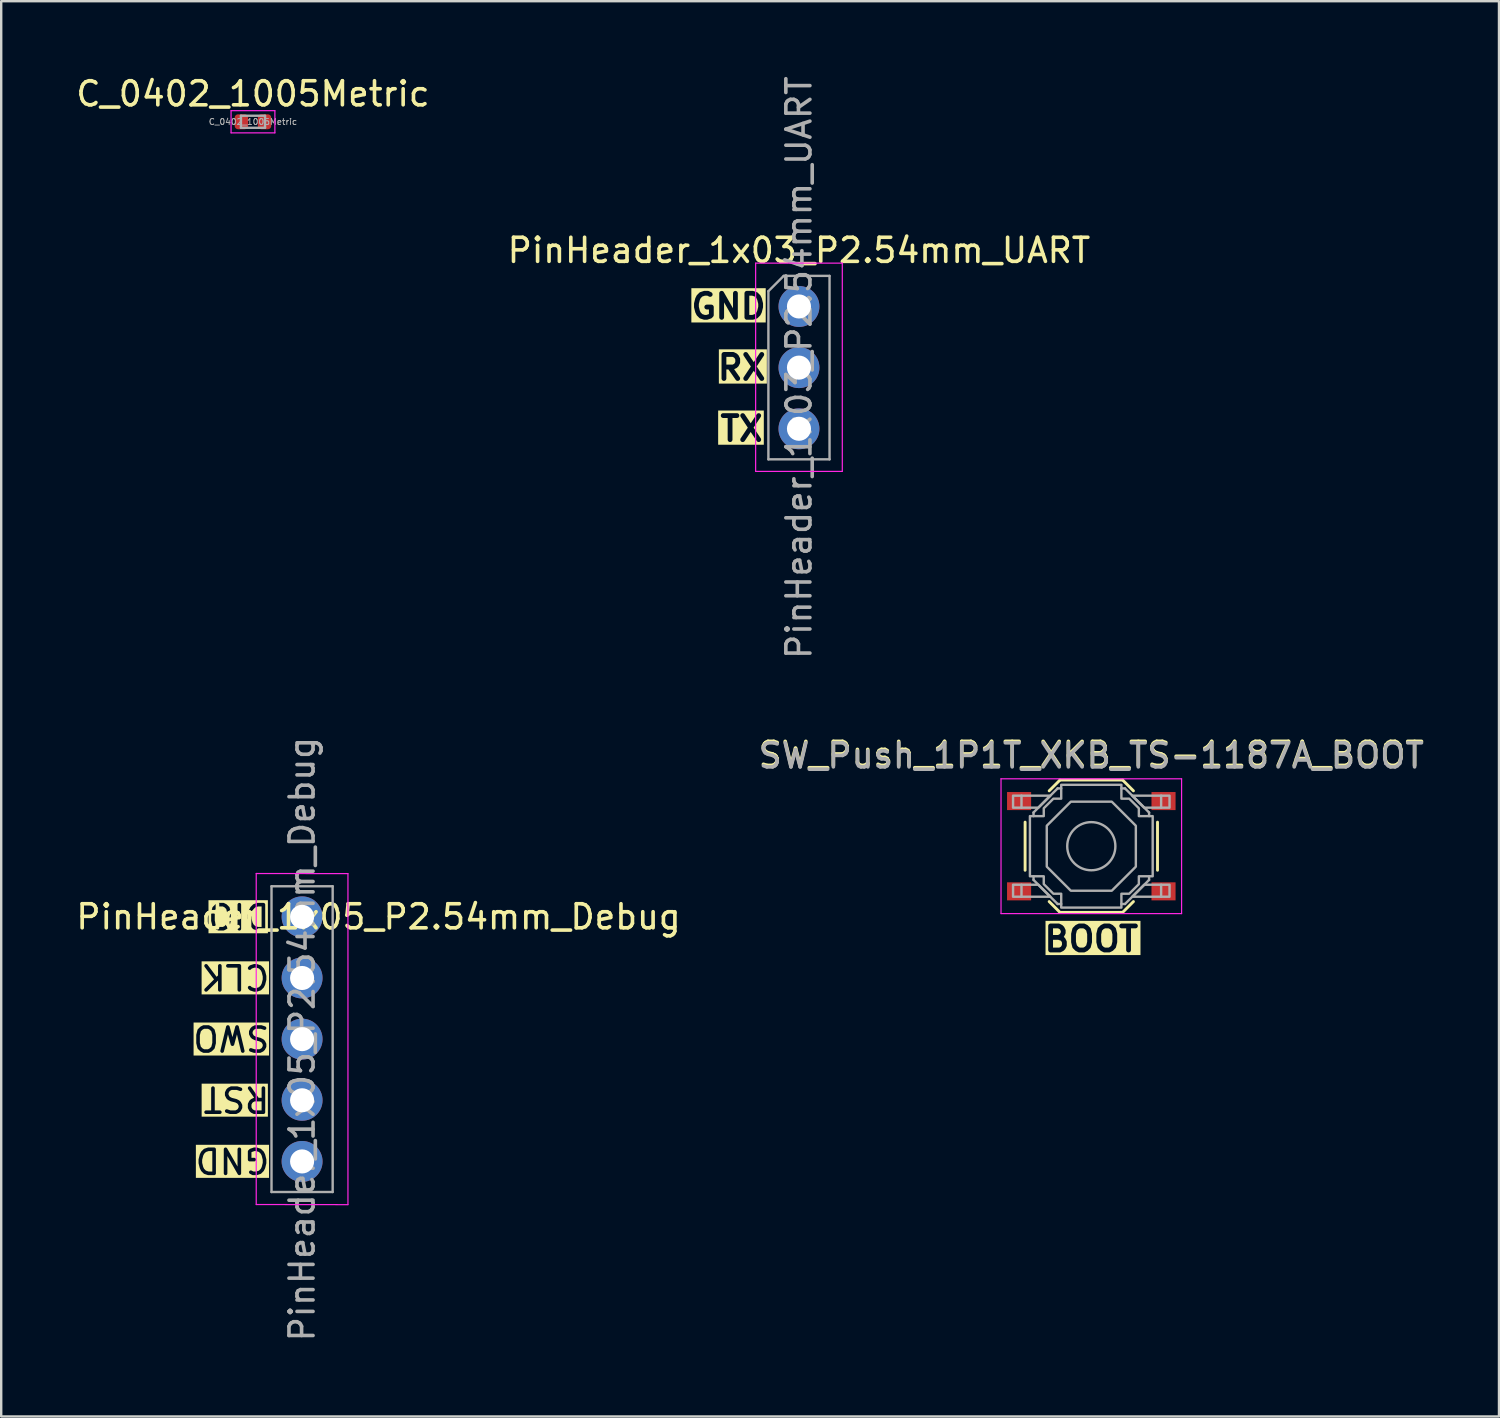
<source format=kicad_pcb>
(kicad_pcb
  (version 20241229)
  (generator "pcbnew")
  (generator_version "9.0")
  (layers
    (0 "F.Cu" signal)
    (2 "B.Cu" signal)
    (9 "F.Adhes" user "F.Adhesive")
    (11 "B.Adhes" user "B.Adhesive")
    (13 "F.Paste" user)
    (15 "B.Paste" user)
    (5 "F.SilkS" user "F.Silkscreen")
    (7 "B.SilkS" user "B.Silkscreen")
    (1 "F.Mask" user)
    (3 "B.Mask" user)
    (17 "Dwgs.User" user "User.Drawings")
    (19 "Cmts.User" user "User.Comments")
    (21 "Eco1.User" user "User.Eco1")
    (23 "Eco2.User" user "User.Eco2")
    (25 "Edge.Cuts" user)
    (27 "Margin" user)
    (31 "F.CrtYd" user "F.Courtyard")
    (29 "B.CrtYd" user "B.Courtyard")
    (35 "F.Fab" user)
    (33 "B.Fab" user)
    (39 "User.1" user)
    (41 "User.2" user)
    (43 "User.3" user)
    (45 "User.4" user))
  (footprint "PinHeader_1x05_P2.54mm_Debug"
    (layer "F.Cu")
    (at 9.498 35.033)
    (property "Reference" "PinHeader_1x05_P2.54mm_Debug" (at 3.175 0 0) (layer "F.SilkS") (effects (font (size 1 1) (thickness 0.15))))
    (attr through_hole)
    (fp_line (start -1.905 -1.8) (end -1.905 11.95) (stroke (width 0.05) (type solid)) (layer "F.CrtYd"))
    (fp_line (start -1.905 11.95) (end 1.905 11.955) (stroke (width 0.05) (type solid)) (layer "F.CrtYd"))
    (fp_line (start 1.905 -1.795) (end -1.905 -1.8) (stroke (width 0.05) (type solid)) (layer "F.CrtYd"))
    (fp_line (start 1.905 11.955) (end 1.905 -1.795) (stroke (width 0.05) (type solid)) (layer "F.CrtYd"))
    (fp_line (start -1.27 -1.27) (end 1.27 -1.27) (stroke (width 0.1) (type solid)) (layer "F.Fab"))
    (fp_line (start -1.27 11.43) (end -1.27 -1.27) (stroke (width 0.1) (type solid)) (layer "F.Fab"))
    (fp_line (start 1.27 -1.27) (end 1.27 11.43) (stroke (width 0.1) (type solid)) (layer "F.Fab"))
    (fp_line (start 1.27 11.43) (end -1.27 11.43) (stroke (width 0.1) (type solid)) (layer "F.Fab"))
    (fp_text user "SWO" (at -1.27 4.445 180) (unlocked yes) (layer "F.SilkS" knockout) (effects (font (size 1 1) (thickness 0.15)) (justify left bottom)))
    (fp_text user "RST" (at -1.27 6.985 180) (unlocked yes) (layer "F.SilkS" knockout) (effects (font (size 1 1) (thickness 0.15)) (justify left bottom)))
    (fp_text user "GND" (at -1.27 9.525 180) (unlocked yes) (layer "F.SilkS" knockout) (effects (font (size 1 1) (thickness 0.15)) (justify left bottom)))
    (fp_text user "CLK" (at -1.27 1.905 180) (unlocked yes) (layer "F.SilkS" knockout) (effects (font (size 1 1) (thickness 0.15)) (justify left bottom)))
    (fp_text user "DIO" (at -1.27 -0.635 180) (unlocked yes) (layer "F.SilkS" knockout) (effects (font (size 1 1) (thickness 0.15)) (justify left bottom)))
    (fp_text user "${REFERENCE}" (at 0 5.08 90) (layer "F.Fab") (effects (font (size 1 1) (thickness 0.15))))
    (pad "1" thru_hole circle (at 0 0) (size 1.7 1.7) (drill 1) (layers "*.Cu" "*.Mask"))
    (pad "2" thru_hole oval (at 0 2.54) (size 1.7 1.7) (drill 1) (layers "*.Cu" "*.Mask"))
    (pad "3" thru_hole oval (at 0 5.08) (size 1.7 1.7) (drill 1) (layers "*.Cu" "*.Mask"))
    (pad "4" thru_hole oval (at 0 7.62) (size 1.7 1.7) (drill 1) (layers "*.Cu" "*.Mask"))
    (pad "5" thru_hole oval (at 0 10.16) (size 1.7 1.7) (drill 1) (layers "*.Cu" "*.Mask")))
  (footprint "PinHeader_1x03_P2.54mm_UART"
    (layer "F.Cu")
    (at 30.137 9.68)
    (property "Reference" "PinHeader_1x03_P2.54mm_UART" (at 0 -2.33 0) (layer "F.SilkS") (effects (font (size 1 1) (thickness 0.15))))
    (attr through_hole)
    (fp_line (start -1.8 -1.8) (end -1.8 6.85) (stroke (width 0.05) (type solid)) (layer "F.CrtYd"))
    (fp_line (start -1.8 6.85) (end 1.8 6.85) (stroke (width 0.05) (type solid)) (layer "F.CrtYd"))
    (fp_line (start 1.8 -1.8) (end -1.8 -1.8) (stroke (width 0.05) (type solid)) (layer "F.CrtYd"))
    (fp_line (start 1.8 6.85) (end 1.8 -1.8) (stroke (width 0.05) (type solid)) (layer "F.CrtYd"))
    (fp_line (start -1.27 -0.635) (end -0.635 -1.27) (stroke (width 0.1) (type solid)) (layer "F.Fab"))
    (fp_line (start -1.27 6.35) (end -1.27 -0.635) (stroke (width 0.1) (type solid)) (layer "F.Fab"))
    (fp_line (start -0.635 -1.27) (end 1.27 -1.27) (stroke (width 0.1) (type solid)) (layer "F.Fab"))
    (fp_line (start 1.27 -1.27) (end 1.27 6.35) (stroke (width 0.1) (type solid)) (layer "F.Fab"))
    (fp_line (start 1.27 6.35) (end -1.27 6.35) (stroke (width 0.1) (type solid)) (layer "F.Fab"))
    (fp_text user "TX " (at -0.635 5.08 0) (layer "F.SilkS" knockout) (effects (font (size 1 1) (thickness 0.2) (bold yes)) (justify right)))
    (fp_text user "RX" (at -1.27 2.54 0) (layer "F.SilkS" knockout) (effects (font (size 1 1) (thickness 0.2) (bold yes)) (justify right)))
    (fp_text user "GND" (at -1.27 0 0) (unlocked yes) (layer "F.SilkS" knockout) (effects (font (size 1 1) (thickness 0.2) (bold yes)) (justify right)))
    (fp_text user "${REFERENCE}" (at 0 2.54 90) (layer "F.Fab") (effects (font (size 1 1) (thickness 0.15))))
    (pad "1" thru_hole circle (at 0 0) (size 1.7 1.7) (drill 1) (layers "*.Cu" "*.Mask"))
    (pad "2" thru_hole oval (at 0 2.54) (size 1.7 1.7) (drill 1) (layers "*.Cu" "*.Mask"))
    (pad "3" thru_hole oval (at 0 5.08) (size 1.7 1.7) (drill 1) (layers "*.Cu" "*.Mask")))
  (footprint "C_0402_1005Metric"
    (layer "F.Cu")
    (at 7.458 2.008)
    (property "Reference" "C_0402_1005Metric" (at 0 -1.16 0) (layer "F.SilkS") (effects (font (size 1 1) (thickness 0.15))))
    (attr smd)
    (fp_line (start -0.91 -0.46) (end 0.91 -0.46) (stroke (width 0.05) (type solid)) (layer "F.CrtYd"))
    (fp_line (start -0.91 0.46) (end -0.91 -0.46) (stroke (width 0.05) (type solid)) (layer "F.CrtYd"))
    (fp_line (start 0.91 -0.46) (end 0.91 0.46) (stroke (width 0.05) (type solid)) (layer "F.CrtYd"))
    (fp_line (start 0.91 0.46) (end -0.91 0.46) (stroke (width 0.05) (type solid)) (layer "F.CrtYd"))
    (fp_line (start -0.5 -0.25) (end 0.5 -0.25) (stroke (width 0.1) (type solid)) (layer "F.Fab"))
    (fp_line (start -0.5 0.25) (end -0.5 -0.25) (stroke (width 0.1) (type solid)) (layer "F.Fab"))
    (fp_line (start 0.5 -0.25) (end 0.5 0.25) (stroke (width 0.1) (type solid)) (layer "F.Fab"))
    (fp_line (start 0.5 0.25) (end -0.5 0.25) (stroke (width 0.1) (type solid)) (layer "F.Fab"))
    (fp_text user "${REFERENCE}" (at 0 0 0) (layer "F.Fab") (effects (font (size 0.25 0.25) (thickness 0.04))))
    (pad "1" smd roundrect (at -0.48 0) (size 0.56 0.62) (layers "F.Cu" "F.Mask" "F.Paste") (roundrect_rratio 0.25))
    (pad "2" smd roundrect (at 0.48 0) (size 0.56 0.62) (layers "F.Cu" "F.Mask" "F.Paste") (roundrect_rratio 0.25)))
  (footprint "SW_Push_1P1T_XKB_TS-1187A_BOOT"
    (layer "F.Cu")
    (at 42.28 32.099)
    (property "Reference" "SW_Push_1P1T_XKB_TS-1187A_BOOT" (at 0 -3.81 0) (layer "F.SilkS") (effects (font (size 1 1) (thickness 0.15))))
    (attr smd)
    (fp_line (start -2.75 -1) (end -2.75 1) (stroke (width 0.12) (type solid)) (layer "F.SilkS"))
    (fp_line (start -1.75 -2.3) (end -1.3 -2.75) (stroke (width 0.12) (type solid)) (layer "F.SilkS"))
    (fp_line (start -1.75 2.3) (end -1.3 2.75) (stroke (width 0.12) (type solid)) (layer "F.SilkS"))
    (fp_line (start -1.3 -2.75) (end 1.3 -2.75) (stroke (width 0.12) (type solid)) (layer "F.SilkS"))
    (fp_line (start -1.3 2.75) (end 1.3 2.75) (stroke (width 0.12) (type solid)) (layer "F.SilkS"))
    (fp_line (start 1.75 -2.3) (end 1.3 -2.75) (stroke (width 0.12) (type solid)) (layer "F.SilkS"))
    (fp_line (start 1.75 2.3) (end 1.3 2.75) (stroke (width 0.12) (type solid)) (layer "F.SilkS"))
    (fp_line (start 2.75 -1) (end 2.75 1) (stroke (width 0.12) (type solid)) (layer "F.SilkS"))
    (fp_line (start -3.75 -2.8) (end 3.75 -2.8) (stroke (width 0.05) (type solid)) (layer "F.CrtYd"))
    (fp_line (start -3.75 2.8) (end -3.75 -2.8) (stroke (width 0.05) (type solid)) (layer "F.CrtYd"))
    (fp_line (start 3.75 -2.8) (end 3.75 2.8) (stroke (width 0.05) (type solid)) (layer "F.CrtYd"))
    (fp_line (start 3.75 2.8) (end -3.75 2.8) (stroke (width 0.05) (type solid)) (layer "F.CrtYd"))
    (fp_line (start -2.9 -2.1) (end -2.9 -1.6) (stroke (width 0.1) (type solid)) (layer "F.Fab"))
    (fp_line (start -2.9 2.1) (end -2.9 1.6) (stroke (width 0.1) (type solid)) (layer "F.Fab"))
    (fp_line (start -2.4 -1.4) (end -1.4 -2.4) (stroke (width 0.1) (type solid)) (layer "F.Fab"))
    (fp_line (start -2.4 -1.25) (end -2.4 -1.4) (stroke (width 0.1) (type solid)) (layer "F.Fab"))
    (fp_line (start -2.4 1.4) (end -2.4 1.25) (stroke (width 0.1) (type solid)) (layer "F.Fab"))
    (fp_line (start -1.4 -2.4) (end -1.25 -2.4) (stroke (width 0.1) (type solid)) (layer "F.Fab"))
    (fp_line (start -1.4 2.4) (end -2.4 1.4) (stroke (width 0.1) (type solid)) (layer "F.Fab"))
    (fp_line (start -1.25 2.4) (end -1.4 2.4) (stroke (width 0.1) (type solid)) (layer "F.Fab"))
    (fp_line (start 1.25 -2.4) (end 1.4 -2.4) (stroke (width 0.1) (type solid)) (layer "F.Fab"))
    (fp_line (start 1.4 -2.4) (end 2.4 -1.4) (stroke (width 0.1) (type solid)) (layer "F.Fab"))
    (fp_line (start 1.4 2.4) (end 1.25 2.4) (stroke (width 0.1) (type solid)) (layer "F.Fab"))
    (fp_line (start 2.4 -1.4) (end 2.4 -1.25) (stroke (width 0.1) (type solid)) (layer "F.Fab"))
    (fp_line (start 2.4 1.25) (end 2.4 1.4) (stroke (width 0.1) (type solid)) (layer "F.Fab"))
    (fp_line (start 2.4 1.4) (end 1.4 2.4) (stroke (width 0.1) (type solid)) (layer "F.Fab"))
    (fp_line (start 2.9 -2.1) (end 2.9 -1.6) (stroke (width 0.1) (type solid)) (layer "F.Fab"))
    (fp_line (start 2.9 2.1) (end 2.9 1.6) (stroke (width 0.1) (type solid)) (layer "F.Fab"))
    (fp_circle (center 0 0) (end 1 0) (stroke (width 0.1) (type solid)) (fill no) (layer "F.Fab"))
    (fp_poly (pts (xy -1.7 -2.1) (xy -2.2 -1.6) (xy -3.25 -1.6) (xy -3.25 -2.1)) (stroke (width 0.1) (type solid)) (fill no) (layer "F.Fab"))
    (fp_poly (pts (xy -1.7 2.1) (xy -2.2 1.6) (xy -3.25 1.6) (xy -3.25 2.1)) (stroke (width 0.1) (type solid)) (fill no) (layer "F.Fab"))
    (fp_poly (pts (xy 1.7 -2.1) (xy 2.2 -1.6) (xy 3.25 -1.6) (xy 3.25 -2.1)) (stroke (width 0.1) (type solid)) (fill no) (layer "F.Fab"))
    (fp_poly (pts (xy 1.7 2.1) (xy 2.2 1.6) (xy 3.25 1.6) (xy 3.25 2.1)) (stroke (width 0.1) (type solid)) (fill no) (layer "F.Fab"))
    (fp_poly (pts (xy 0.85 -1.85) (xy 1.85 -0.85) (xy 1.85 0.85) (xy 0.85 1.85) (xy -0.85 1.85) (xy -1.85 0.85) (xy -1.85 -0.85) (xy -0.85 -1.85)) (stroke (width 0.1) (type solid)) (fill no) (layer "F.Fab"))
    (fp_poly (pts (xy -1.25 -2.55) (xy 1.25 -2.55) (xy 1.25 -1.975) (xy 1.575 -1.975) (xy 1.975 -1.575) (xy 1.975 -1.25) (xy 2.55 -1.25) (xy 2.55 1.25) (xy 1.975 1.25) (xy 1.975 1.575) (xy 1.575 1.975) (xy 1.25 1.975) (xy 1.25 2.55) (xy -1.25 2.55) (xy -1.25 1.975) (xy -1.575 1.975) (xy -1.975 1.575) (xy -1.975 1.25) (xy -2.55 1.25) (xy -2.55 -1.25) (xy -1.975 -1.25) (xy -1.975 -1.575) (xy -1.575 -1.975) (xy -1.25 -1.975)) (stroke (width 0.1) (type solid)) (fill no) (layer "F.Fab"))
    (fp_text user "BOOT" (at 0 4.445 0) (unlocked yes) (layer "F.SilkS" knockout) (effects (font (size 1 1) (thickness 0.2) (bold yes)) (justify bottom)))
    (fp_text user "${REFERENCE}" (at 0 -3.75 0) (layer "F.Fab") (effects (font (size 1 1) (thickness 0.15))))
    (pad "1" smd rect (at -3 -1.875) (size 1 0.75) (layers "F.Cu" "F.Mask" "F.Paste"))
    (pad "1" smd rect (at 3 -1.875) (size 1 0.75) (layers "F.Cu" "F.Mask" "F.Paste"))
    (pad "2" smd rect (at -3 1.875) (size 1 0.75) (layers "F.Cu" "F.Mask" "F.Paste"))
    (pad "2" smd rect (at 3 1.875) (size 1 0.75) (layers "F.Cu" "F.Mask" "F.Paste")))
  (gr_rect
    (start -3 -3)
    (end 59.214 55.786)
    (stroke (width 0.1) (type default))
    (fill no)
    (layer "Edge.Cuts")))
</source>
